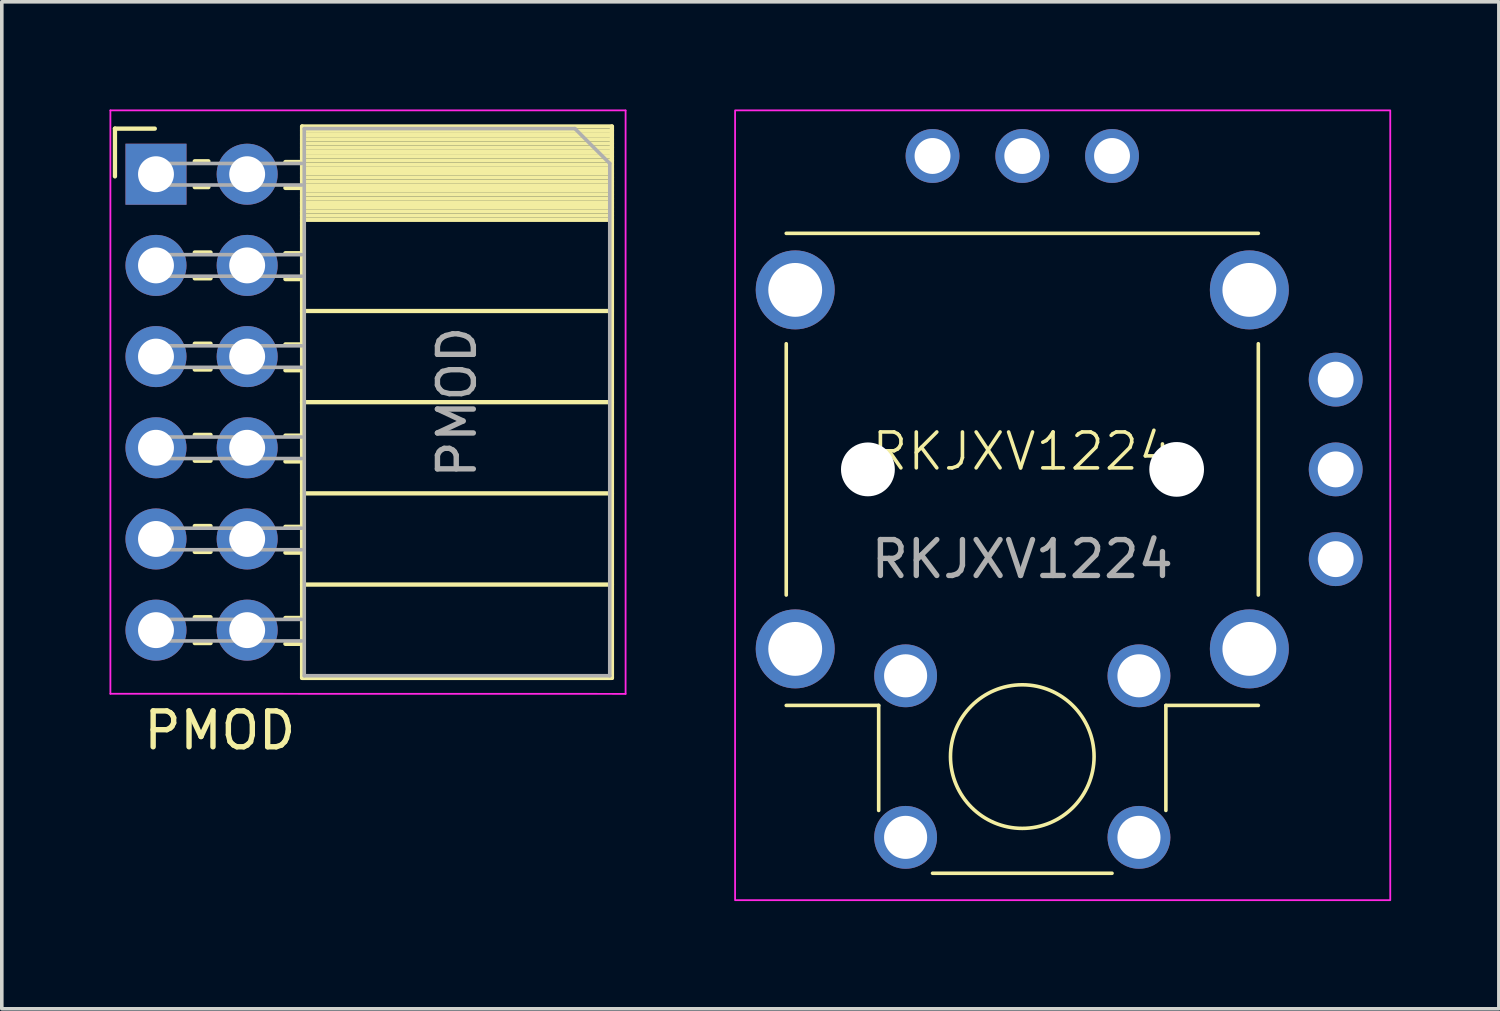
<source format=kicad_pcb>
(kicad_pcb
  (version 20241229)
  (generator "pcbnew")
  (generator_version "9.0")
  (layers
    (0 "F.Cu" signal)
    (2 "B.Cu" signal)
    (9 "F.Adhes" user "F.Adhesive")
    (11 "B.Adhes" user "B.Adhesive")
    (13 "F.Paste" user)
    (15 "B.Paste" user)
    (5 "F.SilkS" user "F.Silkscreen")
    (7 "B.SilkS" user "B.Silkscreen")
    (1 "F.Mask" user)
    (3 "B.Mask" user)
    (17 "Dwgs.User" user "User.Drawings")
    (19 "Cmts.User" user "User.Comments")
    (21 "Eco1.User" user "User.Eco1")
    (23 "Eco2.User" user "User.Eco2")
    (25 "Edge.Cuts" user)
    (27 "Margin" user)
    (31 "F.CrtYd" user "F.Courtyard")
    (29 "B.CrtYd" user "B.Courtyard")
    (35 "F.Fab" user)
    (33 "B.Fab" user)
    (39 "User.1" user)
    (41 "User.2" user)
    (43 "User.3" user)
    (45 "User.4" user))
  (footprint "RKJXV1224"
    (layer "F.Cu")
    (at 25.426 10.025)
    (property "Reference" "RKJXV1224" (at 0 -0.5 0) (unlocked yes) (layer "F.SilkS") (effects (font (size 1 1) (thickness 0.1))))
    (attr through_hole)
    (fp_line (start -6.575 -6.575) (end 6.575 -6.575) (stroke (width 0.1) (type default)) (layer "F.SilkS"))
    (fp_line (start -6.575 -3.5) (end -6.575 3.5) (stroke (width 0.1) (type default)) (layer "F.SilkS"))
    (fp_line (start -6.575 6.575) (end -4 6.575) (stroke (width 0.1) (type default)) (layer "F.SilkS"))
    (fp_line (start -4 6.575) (end -4 9.5) (stroke (width 0.1) (type default)) (layer "F.SilkS"))
    (fp_line (start -2.5 11.25) (end 2.5 11.25) (stroke (width 0.1) (type default)) (layer "F.SilkS"))
    (fp_line (start 4 6.575) (end 4 9.5) (stroke (width 0.1) (type default)) (layer "F.SilkS"))
    (fp_line (start 4 6.575) (end 6.575 6.575) (stroke (width 0.1) (type default)) (layer "F.SilkS"))
    (fp_line (start 6.575 -3.5) (end 6.575 3.5) (stroke (width 0.1) (type default)) (layer "F.SilkS"))
    (fp_circle (center 0 8) (end -2 8) (stroke (width 0.1) (type default)) (fill no) (layer "F.SilkS"))
    (fp_rect (start -8 -10) (end 10.25 12) (stroke (width 0.05) (type default)) (fill no) (layer "F.CrtYd"))
    (fp_text user "${REFERENCE}" (at 0 2.5 0) (unlocked yes) (layer "F.Fab") (effects (font (size 1 1) (thickness 0.15))))
    (pad "" np_thru_hole circle (at -4.3 0) (size 1.5 1.5) (drill 1.6) (layers "*.Cu" "*.Mask"))
    (pad "" np_thru_hole circle (at 4.3 0) (size 1.524 1.524) (drill 1.6) (layers "*.Cu" "*.Mask"))
    (pad "1" thru_hole circle (at 2.5 -8.73) (size 1.5 1.5) (drill 1) (layers "*.Cu" "*.Mask"))
    (pad "2" thru_hole circle (at 0 -8.73) (size 1.5 1.5) (drill 1) (layers "*.Cu" "*.Mask"))
    (pad "3" thru_hole circle (at -2.5 -8.73) (size 1.5 1.5) (drill 1) (layers "*.Cu" "*.Mask"))
    (pad "4" thru_hole circle (at 8.73 2.5) (size 1.5 1.5) (drill 1) (layers "*.Cu" "*.Mask"))
    (pad "5" thru_hole circle (at 8.73 0) (size 1.5 1.5) (drill 1) (layers "*.Cu" "*.Mask"))
    (pad "6" thru_hole circle (at 8.73 -2.5) (size 1.5 1.5) (drill 1) (layers "*.Cu" "*.Mask"))
    (pad "7" thru_hole circle (at -3.25 5.75) (size 1.75 1.75) (drill 1.2) (layers "*.Cu" "*.Mask"))
    (pad "8" thru_hole circle (at 3.25 5.75) (size 1.75 1.75) (drill 1.2) (layers "*.Cu" "*.Mask"))
    (pad "9" thru_hole circle (at -3.25 10.25) (size 1.75 1.75) (drill 1.2) (layers "*.Cu" "*.Mask"))
    (pad "10" thru_hole circle (at 3.25 10.25) (size 1.75 1.75) (drill 1.2) (layers "*.Cu" "*.Mask"))
    (pad "11" thru_hole circle (at -6.325 -5) (size 2.2 2.2) (drill 1.5) (layers "*.Cu" "*.Mask"))
    (pad "12" thru_hole circle (at 6.325 -5) (size 2.2 2.2) (drill 1.5) (layers "*.Cu" "*.Mask"))
    (pad "13" thru_hole circle (at -6.325 5) (size 2.2 2.2) (drill 1.5) (layers "*.Cu" "*.Mask"))
    (pad "14" thru_hole circle (at 6.325 5) (size 2.2 2.2) (drill 1.5) (layers "*.Cu" "*.Mask")))
  (footprint "PMOD"
    (layer "F.Cu")
    (at 1.295 1.803)
    (property "Reference" "PMOD" (at 1.778 15.494 0) (layer "F.SilkS") (effects (font (size 1 1) (thickness 0.15))))
    (attr through_hole)
    (fp_line (start -1.143 -1.27) (end -1.143 0.06) (stroke (width 0.12) (type solid)) (layer "F.SilkS"))
    (fp_line (start -1.143 -1.27) (end -0.033 -1.27) (stroke (width 0.12) (type solid)) (layer "F.SilkS"))
    (fp_line (start 1.08 -0.36) (end 1.46 -0.36) (stroke (width 0.12) (type solid)) (layer "F.SilkS"))
    (fp_line (start 1.08 0.36) (end 1.46 0.36) (stroke (width 0.12) (type solid)) (layer "F.SilkS"))
    (fp_line (start 1.08 2.18) (end 1.52 2.18) (stroke (width 0.12) (type solid)) (layer "F.SilkS"))
    (fp_line (start 1.08 2.9) (end 1.52 2.9) (stroke (width 0.12) (type solid)) (layer "F.SilkS"))
    (fp_line (start 1.08 4.72) (end 1.52 4.72) (stroke (width 0.12) (type solid)) (layer "F.SilkS"))
    (fp_line (start 1.08 5.44) (end 1.52 5.44) (stroke (width 0.12) (type solid)) (layer "F.SilkS"))
    (fp_line (start 1.08 7.26) (end 1.52 7.26) (stroke (width 0.12) (type solid)) (layer "F.SilkS"))
    (fp_line (start 1.08 7.98) (end 1.52 7.98) (stroke (width 0.12) (type solid)) (layer "F.SilkS"))
    (fp_line (start 1.08 9.8) (end 1.52 9.8) (stroke (width 0.12) (type solid)) (layer "F.SilkS"))
    (fp_line (start 1.08 10.52) (end 1.52 10.52) (stroke (width 0.12) (type solid)) (layer "F.SilkS"))
    (fp_line (start 1.08 12.34) (end 1.52 12.34) (stroke (width 0.12) (type solid)) (layer "F.SilkS"))
    (fp_line (start 1.08 13.06) (end 1.52 13.06) (stroke (width 0.12) (type solid)) (layer "F.SilkS"))
    (fp_line (start 3.605 -0.339) (end 4.015 -0.339) (stroke (width 0.12) (type solid)) (layer "F.SilkS"))
    (fp_line (start 3.605 0.381) (end 4.015 0.381) (stroke (width 0.12) (type solid)) (layer "F.SilkS"))
    (fp_line (start 3.605 2.201) (end 4.015 2.201) (stroke (width 0.12) (type solid)) (layer "F.SilkS"))
    (fp_line (start 3.605 2.921) (end 4.015 2.921) (stroke (width 0.12) (type solid)) (layer "F.SilkS"))
    (fp_line (start 3.605 4.741) (end 4.015 4.741) (stroke (width 0.12) (type solid)) (layer "F.SilkS"))
    (fp_line (start 3.605 5.461) (end 4.015 5.461) (stroke (width 0.12) (type solid)) (layer "F.SilkS"))
    (fp_line (start 3.605 7.281) (end 4.015 7.281) (stroke (width 0.12) (type solid)) (layer "F.SilkS"))
    (fp_line (start 3.605 8.001) (end 4.015 8.001) (stroke (width 0.12) (type solid)) (layer "F.SilkS"))
    (fp_line (start 3.605 9.821) (end 4.015 9.821) (stroke (width 0.12) (type solid)) (layer "F.SilkS"))
    (fp_line (start 3.605 10.541) (end 4.015 10.541) (stroke (width 0.12) (type solid)) (layer "F.SilkS"))
    (fp_line (start 3.605 12.361) (end 4.015 12.361) (stroke (width 0.12) (type solid)) (layer "F.SilkS"))
    (fp_line (start 3.605 13.081) (end 4.015 13.081) (stroke (width 0.12) (type solid)) (layer "F.SilkS"))
    (fp_line (start 4.07 -1.33) (end 4.07 14.03) (stroke (width 0.12) (type solid)) (layer "F.SilkS"))
    (fp_line (start 4.07 -1.33) (end 12.7 -1.33) (stroke (width 0.12) (type solid)) (layer "F.SilkS"))
    (fp_line (start 4.07 -1.21) (end 12.7 -1.21) (stroke (width 0.12) (type solid)) (layer "F.SilkS"))
    (fp_line (start 4.07 -1.092) (end 12.7 -1.092) (stroke (width 0.12) (type solid)) (layer "F.SilkS"))
    (fp_line (start 4.07 -0.974) (end 12.7 -0.974) (stroke (width 0.12) (type solid)) (layer "F.SilkS"))
    (fp_line (start 4.07 -0.856) (end 12.7 -0.856) (stroke (width 0.12) (type solid)) (layer "F.SilkS"))
    (fp_line (start 4.07 -0.738) (end 12.7 -0.738) (stroke (width 0.12) (type solid)) (layer "F.SilkS"))
    (fp_line (start 4.07 -0.62) (end 12.7 -0.62) (stroke (width 0.12) (type solid)) (layer "F.SilkS"))
    (fp_line (start 4.07 -0.501) (end 12.7 -0.501) (stroke (width 0.12) (type solid)) (layer "F.SilkS"))
    (fp_line (start 4.07 -0.383) (end 12.7 -0.383) (stroke (width 0.12) (type solid)) (layer "F.SilkS"))
    (fp_line (start 4.07 -0.265) (end 12.7 -0.265) (stroke (width 0.12) (type solid)) (layer "F.SilkS"))
    (fp_line (start 4.07 -0.147) (end 12.7 -0.147) (stroke (width 0.12) (type solid)) (layer "F.SilkS"))
    (fp_line (start 4.07 -0.029) (end 12.7 -0.029) (stroke (width 0.12) (type solid)) (layer "F.SilkS"))
    (fp_line (start 4.07 0.089) (end 12.7 0.089) (stroke (width 0.12) (type solid)) (layer "F.SilkS"))
    (fp_line (start 4.07 0.207) (end 12.7 0.207) (stroke (width 0.12) (type solid)) (layer "F.SilkS"))
    (fp_line (start 4.07 0.325) (end 12.7 0.325) (stroke (width 0.12) (type solid)) (layer "F.SilkS"))
    (fp_line (start 4.07 0.443) (end 12.7 0.443) (stroke (width 0.12) (type solid)) (layer "F.SilkS"))
    (fp_line (start 4.07 0.561) (end 12.7 0.561) (stroke (width 0.12) (type solid)) (layer "F.SilkS"))
    (fp_line (start 4.07 0.68) (end 12.7 0.68) (stroke (width 0.12) (type solid)) (layer "F.SilkS"))
    (fp_line (start 4.07 0.798) (end 12.7 0.798) (stroke (width 0.12) (type solid)) (layer "F.SilkS"))
    (fp_line (start 4.07 0.916) (end 12.7 0.916) (stroke (width 0.12) (type solid)) (layer "F.SilkS"))
    (fp_line (start 4.07 1.034) (end 12.7 1.034) (stroke (width 0.12) (type solid)) (layer "F.SilkS"))
    (fp_line (start 4.07 1.152) (end 12.7 1.152) (stroke (width 0.12) (type solid)) (layer "F.SilkS"))
    (fp_line (start 4.07 1.27) (end 12.7 1.27) (stroke (width 0.12) (type solid)) (layer "F.SilkS"))
    (fp_line (start 4.07 3.81) (end 12.7 3.81) (stroke (width 0.12) (type solid)) (layer "F.SilkS"))
    (fp_line (start 4.07 6.35) (end 12.7 6.35) (stroke (width 0.12) (type solid)) (layer "F.SilkS"))
    (fp_line (start 4.07 8.89) (end 12.7 8.89) (stroke (width 0.12) (type solid)) (layer "F.SilkS"))
    (fp_line (start 4.07 11.43) (end 12.7 11.43) (stroke (width 0.12) (type solid)) (layer "F.SilkS"))
    (fp_line (start 4.07 14.03) (end 12.7 14.03) (stroke (width 0.12) (type solid)) (layer "F.SilkS"))
    (fp_line (start 12.7 -1.33) (end 12.7 14.03) (stroke (width 0.12) (type solid)) (layer "F.SilkS"))
    (fp_line (start -1.27 14.472) (end -1.27 -1.778) (stroke (width 0.05) (type solid)) (layer "F.CrtYd"))
    (fp_line (start -1.27 14.472) (end 13.081 14.475) (stroke (width 0.05) (type solid)) (layer "F.CrtYd"))
    (fp_line (start 13.081 -1.778) (end -1.27 -1.778) (stroke (width 0.05) (type solid)) (layer "F.CrtYd"))
    (fp_line (start 13.081 -1.775) (end 13.081 14.475) (stroke (width 0.05) (type solid)) (layer "F.CrtYd"))
    (fp_line (start 0 0.3) (end 0 -0.3) (stroke (width 0.1) (type solid)) (layer "F.Fab"))
    (fp_line (start 0 0.3) (end 4.06 0.3) (stroke (width 0.1) (type solid)) (layer "F.Fab"))
    (fp_line (start 0 2.84) (end 0 2.24) (stroke (width 0.1) (type solid)) (layer "F.Fab"))
    (fp_line (start 0 2.84) (end 4.06 2.84) (stroke (width 0.1) (type solid)) (layer "F.Fab"))
    (fp_line (start 0 5.38) (end 0 4.78) (stroke (width 0.1) (type solid)) (layer "F.Fab"))
    (fp_line (start 0 5.38) (end 4.06 5.38) (stroke (width 0.1) (type solid)) (layer "F.Fab"))
    (fp_line (start 0 7.92) (end 0 7.32) (stroke (width 0.1) (type solid)) (layer "F.Fab"))
    (fp_line (start 0 7.92) (end 4.06 7.92) (stroke (width 0.1) (type solid)) (layer "F.Fab"))
    (fp_line (start 0 10.46) (end 0 9.86) (stroke (width 0.1) (type solid)) (layer "F.Fab"))
    (fp_line (start 0 10.46) (end 4.06 10.46) (stroke (width 0.1) (type solid)) (layer "F.Fab"))
    (fp_line (start 0 13) (end 0 12.4) (stroke (width 0.1) (type solid)) (layer "F.Fab"))
    (fp_line (start 0 13) (end 4.06 13) (stroke (width 0.1) (type solid)) (layer "F.Fab"))
    (fp_line (start 4.06 -0.3) (end 0 -0.3) (stroke (width 0.1) (type solid)) (layer "F.Fab"))
    (fp_line (start 4.06 2.24) (end 0 2.24) (stroke (width 0.1) (type solid)) (layer "F.Fab"))
    (fp_line (start 4.06 4.78) (end 0 4.78) (stroke (width 0.1) (type solid)) (layer "F.Fab"))
    (fp_line (start 4.06 7.32) (end 0 7.32) (stroke (width 0.1) (type solid)) (layer "F.Fab"))
    (fp_line (start 4.06 9.86) (end 0 9.86) (stroke (width 0.1) (type solid)) (layer "F.Fab"))
    (fp_line (start 4.06 12.4) (end 0 12.4) (stroke (width 0.1) (type solid)) (layer "F.Fab"))
    (fp_line (start 4.13 -1.27) (end 11.67 -1.27) (stroke (width 0.1) (type solid)) (layer "F.Fab"))
    (fp_line (start 4.13 13.97) (end 4.13 -1.27) (stroke (width 0.1) (type solid)) (layer "F.Fab"))
    (fp_line (start 11.67 -1.27) (end 12.64 -0.3) (stroke (width 0.1) (type solid)) (layer "F.Fab"))
    (fp_line (start 12.64 -0.3) (end 12.64 13.97) (stroke (width 0.1) (type solid)) (layer "F.Fab"))
    (fp_line (start 12.64 13.97) (end 4.13 13.97) (stroke (width 0.1) (type solid)) (layer "F.Fab"))
    (fp_text user "${REFERENCE}" (at 8.385 6.35 90) (layer "F.Fab") (effects (font (size 1 1) (thickness 0.15))))
    (pad "1" thru_hole rect (at 0 0) (size 1.7 1.7) (drill 1) (layers "*.Cu" "*.Mask"))
    (pad "2" thru_hole oval (at 0 2.54) (size 1.7 1.7) (drill 1) (layers "*.Cu" "*.Mask"))
    (pad "3" thru_hole oval (at 0 5.08) (size 1.7 1.7) (drill 1) (layers "*.Cu" "*.Mask"))
    (pad "4" thru_hole oval (at 0 7.62) (size 1.7 1.7) (drill 1) (layers "*.Cu" "*.Mask"))
    (pad "5" thru_hole oval (at 0 10.16) (size 1.7 1.7) (drill 1) (layers "*.Cu" "*.Mask"))
    (pad "6" thru_hole oval (at 0 12.7) (size 1.7 1.7) (drill 1) (layers "*.Cu" "*.Mask"))
    (pad "7" thru_hole oval (at 2.54 0) (size 1.7 1.7) (drill 1) (layers "*.Cu" "*.Mask"))
    (pad "8" thru_hole oval (at 2.54 2.54) (size 1.7 1.7) (drill 1) (layers "*.Cu" "*.Mask"))
    (pad "9" thru_hole oval (at 2.54 5.08) (size 1.7 1.7) (drill 1) (layers "*.Cu" "*.Mask"))
    (pad "10" thru_hole oval (at 2.54 7.62) (size 1.7 1.7) (drill 1) (layers "*.Cu" "*.Mask"))
    (pad "11" thru_hole oval (at 2.54 10.16) (size 1.7 1.7) (drill 1) (layers "*.Cu" "*.Mask"))
    (pad "12" thru_hole oval (at 2.54 12.7) (size 1.7 1.7) (drill 1) (layers "*.Cu" "*.Mask")))
  (gr_rect
    (start -3 -3)
    (end 38.701 25.05)
    (stroke (width 0.1) (type default))
    (fill no)
    (layer "Edge.Cuts")))
</source>
